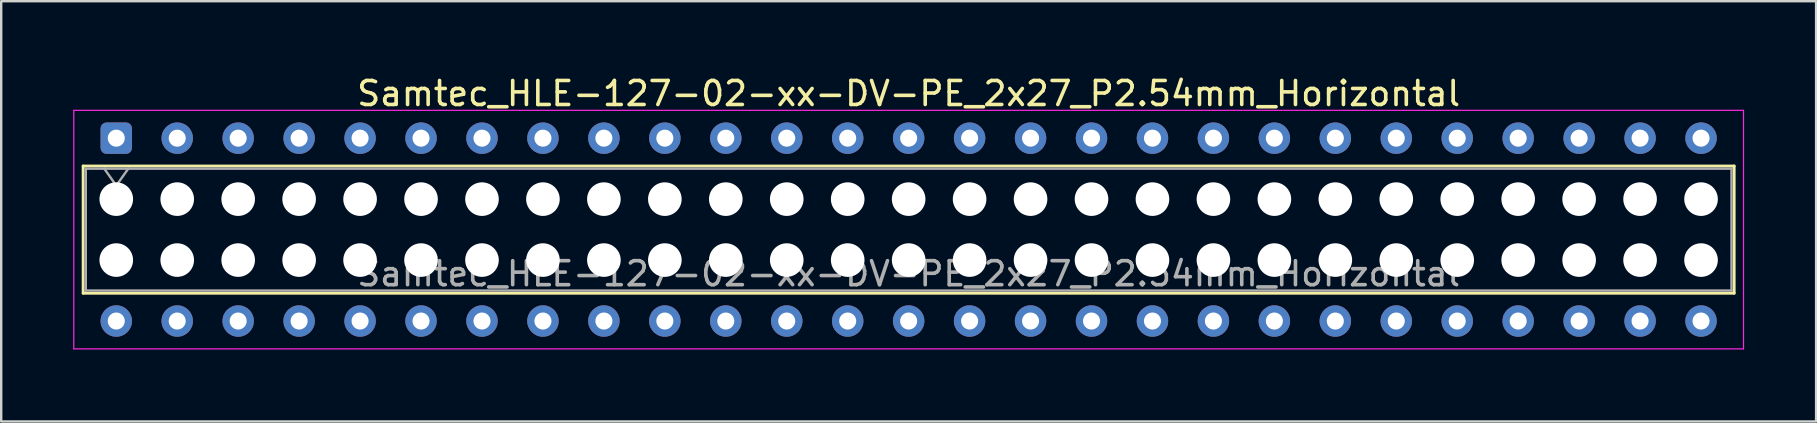
<source format=kicad_pcb>
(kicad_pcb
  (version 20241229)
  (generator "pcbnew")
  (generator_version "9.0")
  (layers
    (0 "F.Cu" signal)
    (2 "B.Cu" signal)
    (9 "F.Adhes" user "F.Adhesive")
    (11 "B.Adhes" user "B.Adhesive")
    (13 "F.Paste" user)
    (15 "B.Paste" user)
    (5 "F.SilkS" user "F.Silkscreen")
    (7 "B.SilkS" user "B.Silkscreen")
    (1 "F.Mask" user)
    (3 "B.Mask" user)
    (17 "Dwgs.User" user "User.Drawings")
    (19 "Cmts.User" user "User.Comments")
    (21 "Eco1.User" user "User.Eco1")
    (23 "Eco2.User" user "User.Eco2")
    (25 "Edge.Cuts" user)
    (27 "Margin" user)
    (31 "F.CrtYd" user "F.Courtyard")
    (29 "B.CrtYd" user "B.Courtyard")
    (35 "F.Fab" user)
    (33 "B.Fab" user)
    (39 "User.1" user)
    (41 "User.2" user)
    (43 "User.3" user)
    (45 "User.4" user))
  (footprint "Samtec_HLE-127-02-xx-DV-PE_2x27_P2.54mm_Horizontal"
    (layer "F.Cu")
    (at 1.795 2.708)
    (property "Reference" "Samtec_HLE-127-02-xx-DV-PE_2x27_P2.54mm_Horizontal" (at 33.02 -1.86 0) (layer "F.SilkS") (effects (font (size 1 1) (thickness 0.15))))
    (attr through_hole)
    (fp_line (start -1.38 1.16) (end 67.42 1.16) (stroke (width 0.12) (type solid)) (layer "F.SilkS"))
    (fp_line (start -1.38 6.46) (end -1.38 1.16) (stroke (width 0.12) (type solid)) (layer "F.SilkS"))
    (fp_line (start 67.42 1.16) (end 67.42 6.46) (stroke (width 0.12) (type solid)) (layer "F.SilkS"))
    (fp_line (start 67.42 6.46) (end -1.38 6.46) (stroke (width 0.12) (type solid)) (layer "F.SilkS"))
    (fp_line (start -1.77 -1.16) (end 67.81 -1.16) (stroke (width 0.05) (type solid)) (layer "F.CrtYd"))
    (fp_line (start -1.77 8.78) (end -1.77 -1.16) (stroke (width 0.05) (type solid)) (layer "F.CrtYd"))
    (fp_line (start 67.81 -1.16) (end 67.81 8.78) (stroke (width 0.05) (type solid)) (layer "F.CrtYd"))
    (fp_line (start 67.81 8.78) (end -1.77 8.78) (stroke (width 0.05) (type solid)) (layer "F.CrtYd"))
    (fp_line (start -1.27 1.27) (end 67.31 1.27) (stroke (width 0.1) (type solid)) (layer "F.Fab"))
    (fp_line (start -1.27 6.35) (end -1.27 1.27) (stroke (width 0.1) (type solid)) (layer "F.Fab"))
    (fp_line (start -0.5 1.27) (end 0 1.977) (stroke (width 0.1) (type solid)) (layer "F.Fab"))
    (fp_line (start 0 1.977) (end 0.5 1.27) (stroke (width 0.1) (type solid)) (layer "F.Fab"))
    (fp_line (start 67.31 1.27) (end 67.31 6.35) (stroke (width 0.1) (type solid)) (layer "F.Fab"))
    (fp_line (start 67.31 6.35) (end -1.27 6.35) (stroke (width 0.1) (type solid)) (layer "F.Fab"))
    (fp_text user "${REFERENCE}" (at 33.02 5.65 0) (layer "F.Fab") (effects (font (size 1 1) (thickness 0.15))))
    (pad "" np_thru_hole circle (at 0 2.54) (size 1.4 1.4) (drill 1.4) (layers "*.Cu" "*.Mask"))
    (pad "" np_thru_hole circle (at 0 5.08) (size 1.4 1.4) (drill 1.4) (layers "*.Cu" "*.Mask"))
    (pad "" np_thru_hole circle (at 2.54 2.54) (size 1.4 1.4) (drill 1.4) (layers "*.Cu" "*.Mask"))
    (pad "" np_thru_hole circle (at 2.54 5.08) (size 1.4 1.4) (drill 1.4) (layers "*.Cu" "*.Mask"))
    (pad "" np_thru_hole circle (at 5.08 2.54) (size 1.4 1.4) (drill 1.4) (layers "*.Cu" "*.Mask"))
    (pad "" np_thru_hole circle (at 5.08 5.08) (size 1.4 1.4) (drill 1.4) (layers "*.Cu" "*.Mask"))
    (pad "" np_thru_hole circle (at 7.62 2.54) (size 1.4 1.4) (drill 1.4) (layers "*.Cu" "*.Mask"))
    (pad "" np_thru_hole circle (at 7.62 5.08) (size 1.4 1.4) (drill 1.4) (layers "*.Cu" "*.Mask"))
    (pad "" np_thru_hole circle (at 10.16 2.54) (size 1.4 1.4) (drill 1.4) (layers "*.Cu" "*.Mask"))
    (pad "" np_thru_hole circle (at 10.16 5.08) (size 1.4 1.4) (drill 1.4) (layers "*.Cu" "*.Mask"))
    (pad "" np_thru_hole circle (at 12.7 2.54) (size 1.4 1.4) (drill 1.4) (layers "*.Cu" "*.Mask"))
    (pad "" np_thru_hole circle (at 12.7 5.08) (size 1.4 1.4) (drill 1.4) (layers "*.Cu" "*.Mask"))
    (pad "" np_thru_hole circle (at 15.24 2.54) (size 1.4 1.4) (drill 1.4) (layers "*.Cu" "*.Mask"))
    (pad "" np_thru_hole circle (at 15.24 5.08) (size 1.4 1.4) (drill 1.4) (layers "*.Cu" "*.Mask"))
    (pad "" np_thru_hole circle (at 17.78 2.54) (size 1.4 1.4) (drill 1.4) (layers "*.Cu" "*.Mask"))
    (pad "" np_thru_hole circle (at 17.78 5.08) (size 1.4 1.4) (drill 1.4) (layers "*.Cu" "*.Mask"))
    (pad "" np_thru_hole circle (at 20.32 2.54) (size 1.4 1.4) (drill 1.4) (layers "*.Cu" "*.Mask"))
    (pad "" np_thru_hole circle (at 20.32 5.08) (size 1.4 1.4) (drill 1.4) (layers "*.Cu" "*.Mask"))
    (pad "" np_thru_hole circle (at 22.86 2.54) (size 1.4 1.4) (drill 1.4) (layers "*.Cu" "*.Mask"))
    (pad "" np_thru_hole circle (at 22.86 5.08) (size 1.4 1.4) (drill 1.4) (layers "*.Cu" "*.Mask"))
    (pad "" np_thru_hole circle (at 25.4 2.54) (size 1.4 1.4) (drill 1.4) (layers "*.Cu" "*.Mask"))
    (pad "" np_thru_hole circle (at 25.4 5.08) (size 1.4 1.4) (drill 1.4) (layers "*.Cu" "*.Mask"))
    (pad "" np_thru_hole circle (at 27.94 2.54) (size 1.4 1.4) (drill 1.4) (layers "*.Cu" "*.Mask"))
    (pad "" np_thru_hole circle (at 27.94 5.08) (size 1.4 1.4) (drill 1.4) (layers "*.Cu" "*.Mask"))
    (pad "" np_thru_hole circle (at 30.48 2.54) (size 1.4 1.4) (drill 1.4) (layers "*.Cu" "*.Mask"))
    (pad "" np_thru_hole circle (at 30.48 5.08) (size 1.4 1.4) (drill 1.4) (layers "*.Cu" "*.Mask"))
    (pad "" np_thru_hole circle (at 33.02 2.54) (size 1.4 1.4) (drill 1.4) (layers "*.Cu" "*.Mask"))
    (pad "" np_thru_hole circle (at 33.02 5.08) (size 1.4 1.4) (drill 1.4) (layers "*.Cu" "*.Mask"))
    (pad "" np_thru_hole circle (at 35.56 2.54) (size 1.4 1.4) (drill 1.4) (layers "*.Cu" "*.Mask"))
    (pad "" np_thru_hole circle (at 35.56 5.08) (size 1.4 1.4) (drill 1.4) (layers "*.Cu" "*.Mask"))
    (pad "" np_thru_hole circle (at 38.1 2.54) (size 1.4 1.4) (drill 1.4) (layers "*.Cu" "*.Mask"))
    (pad "" np_thru_hole circle (at 38.1 5.08) (size 1.4 1.4) (drill 1.4) (layers "*.Cu" "*.Mask"))
    (pad "" np_thru_hole circle (at 40.64 2.54) (size 1.4 1.4) (drill 1.4) (layers "*.Cu" "*.Mask"))
    (pad "" np_thru_hole circle (at 40.64 5.08) (size 1.4 1.4) (drill 1.4) (layers "*.Cu" "*.Mask"))
    (pad "" np_thru_hole circle (at 43.18 2.54) (size 1.4 1.4) (drill 1.4) (layers "*.Cu" "*.Mask"))
    (pad "" np_thru_hole circle (at 43.18 5.08) (size 1.4 1.4) (drill 1.4) (layers "*.Cu" "*.Mask"))
    (pad "" np_thru_hole circle (at 45.72 2.54) (size 1.4 1.4) (drill 1.4) (layers "*.Cu" "*.Mask"))
    (pad "" np_thru_hole circle (at 45.72 5.08) (size 1.4 1.4) (drill 1.4) (layers "*.Cu" "*.Mask"))
    (pad "" np_thru_hole circle (at 48.26 2.54) (size 1.4 1.4) (drill 1.4) (layers "*.Cu" "*.Mask"))
    (pad "" np_thru_hole circle (at 48.26 5.08) (size 1.4 1.4) (drill 1.4) (layers "*.Cu" "*.Mask"))
    (pad "" np_thru_hole circle (at 50.8 2.54) (size 1.4 1.4) (drill 1.4) (layers "*.Cu" "*.Mask"))
    (pad "" np_thru_hole circle (at 50.8 5.08) (size 1.4 1.4) (drill 1.4) (layers "*.Cu" "*.Mask"))
    (pad "" np_thru_hole circle (at 53.34 2.54) (size 1.4 1.4) (drill 1.4) (layers "*.Cu" "*.Mask"))
    (pad "" np_thru_hole circle (at 53.34 5.08) (size 1.4 1.4) (drill 1.4) (layers "*.Cu" "*.Mask"))
    (pad "" np_thru_hole circle (at 55.88 2.54) (size 1.4 1.4) (drill 1.4) (layers "*.Cu" "*.Mask"))
    (pad "" np_thru_hole circle (at 55.88 5.08) (size 1.4 1.4) (drill 1.4) (layers "*.Cu" "*.Mask"))
    (pad "" np_thru_hole circle (at 58.42 2.54) (size 1.4 1.4) (drill 1.4) (layers "*.Cu" "*.Mask"))
    (pad "" np_thru_hole circle (at 58.42 5.08) (size 1.4 1.4) (drill 1.4) (layers "*.Cu" "*.Mask"))
    (pad "" np_thru_hole circle (at 60.96 2.54) (size 1.4 1.4) (drill 1.4) (layers "*.Cu" "*.Mask"))
    (pad "" np_thru_hole circle (at 60.96 5.08) (size 1.4 1.4) (drill 1.4) (layers "*.Cu" "*.Mask"))
    (pad "" np_thru_hole circle (at 63.5 2.54) (size 1.4 1.4) (drill 1.4) (layers "*.Cu" "*.Mask"))
    (pad "" np_thru_hole circle (at 63.5 5.08) (size 1.4 1.4) (drill 1.4) (layers "*.Cu" "*.Mask"))
    (pad "" np_thru_hole circle (at 66.04 2.54) (size 1.4 1.4) (drill 1.4) (layers "*.Cu" "*.Mask"))
    (pad "" np_thru_hole circle (at 66.04 5.08) (size 1.4 1.4) (drill 1.4) (layers "*.Cu" "*.Mask"))
    (pad "1" thru_hole roundrect (at 0 0) (size 1.31 1.31) (drill 0.71) (layers "*.Cu" "*.Mask") (roundrect_rratio 0.191))
    (pad "2" thru_hole circle (at 0 7.62) (size 1.31 1.31) (drill 0.71) (layers "*.Cu" "*.Mask"))
    (pad "3" thru_hole circle (at 2.54 0) (size 1.31 1.31) (drill 0.71) (layers "*.Cu" "*.Mask"))
    (pad "4" thru_hole circle (at 2.54 7.62) (size 1.31 1.31) (drill 0.71) (layers "*.Cu" "*.Mask"))
    (pad "5" thru_hole circle (at 5.08 0) (size 1.31 1.31) (drill 0.71) (layers "*.Cu" "*.Mask"))
    (pad "6" thru_hole circle (at 5.08 7.62) (size 1.31 1.31) (drill 0.71) (layers "*.Cu" "*.Mask"))
    (pad "7" thru_hole circle (at 7.62 0) (size 1.31 1.31) (drill 0.71) (layers "*.Cu" "*.Mask"))
    (pad "8" thru_hole circle (at 7.62 7.62) (size 1.31 1.31) (drill 0.71) (layers "*.Cu" "*.Mask"))
    (pad "9" thru_hole circle (at 10.16 0) (size 1.31 1.31) (drill 0.71) (layers "*.Cu" "*.Mask"))
    (pad "10" thru_hole circle (at 10.16 7.62) (size 1.31 1.31) (drill 0.71) (layers "*.Cu" "*.Mask"))
    (pad "11" thru_hole circle (at 12.7 0) (size 1.31 1.31) (drill 0.71) (layers "*.Cu" "*.Mask"))
    (pad "12" thru_hole circle (at 12.7 7.62) (size 1.31 1.31) (drill 0.71) (layers "*.Cu" "*.Mask"))
    (pad "13" thru_hole circle (at 15.24 0) (size 1.31 1.31) (drill 0.71) (layers "*.Cu" "*.Mask"))
    (pad "14" thru_hole circle (at 15.24 7.62) (size 1.31 1.31) (drill 0.71) (layers "*.Cu" "*.Mask"))
    (pad "15" thru_hole circle (at 17.78 0) (size 1.31 1.31) (drill 0.71) (layers "*.Cu" "*.Mask"))
    (pad "16" thru_hole circle (at 17.78 7.62) (size 1.31 1.31) (drill 0.71) (layers "*.Cu" "*.Mask"))
    (pad "17" thru_hole circle (at 20.32 0) (size 1.31 1.31) (drill 0.71) (layers "*.Cu" "*.Mask"))
    (pad "18" thru_hole circle (at 20.32 7.62) (size 1.31 1.31) (drill 0.71) (layers "*.Cu" "*.Mask"))
    (pad "19" thru_hole circle (at 22.86 0) (size 1.31 1.31) (drill 0.71) (layers "*.Cu" "*.Mask"))
    (pad "20" thru_hole circle (at 22.86 7.62) (size 1.31 1.31) (drill 0.71) (layers "*.Cu" "*.Mask"))
    (pad "21" thru_hole circle (at 25.4 0) (size 1.31 1.31) (drill 0.71) (layers "*.Cu" "*.Mask"))
    (pad "22" thru_hole circle (at 25.4 7.62) (size 1.31 1.31) (drill 0.71) (layers "*.Cu" "*.Mask"))
    (pad "23" thru_hole circle (at 27.94 0) (size 1.31 1.31) (drill 0.71) (layers "*.Cu" "*.Mask"))
    (pad "24" thru_hole circle (at 27.94 7.62) (size 1.31 1.31) (drill 0.71) (layers "*.Cu" "*.Mask"))
    (pad "25" thru_hole circle (at 30.48 0) (size 1.31 1.31) (drill 0.71) (layers "*.Cu" "*.Mask"))
    (pad "26" thru_hole circle (at 30.48 7.62) (size 1.31 1.31) (drill 0.71) (layers "*.Cu" "*.Mask"))
    (pad "27" thru_hole circle (at 33.02 0) (size 1.31 1.31) (drill 0.71) (layers "*.Cu" "*.Mask"))
    (pad "28" thru_hole circle (at 33.02 7.62) (size 1.31 1.31) (drill 0.71) (layers "*.Cu" "*.Mask"))
    (pad "29" thru_hole circle (at 35.56 0) (size 1.31 1.31) (drill 0.71) (layers "*.Cu" "*.Mask"))
    (pad "30" thru_hole circle (at 35.56 7.62) (size 1.31 1.31) (drill 0.71) (layers "*.Cu" "*.Mask"))
    (pad "31" thru_hole circle (at 38.1 0) (size 1.31 1.31) (drill 0.71) (layers "*.Cu" "*.Mask"))
    (pad "32" thru_hole circle (at 38.1 7.62) (size 1.31 1.31) (drill 0.71) (layers "*.Cu" "*.Mask"))
    (pad "33" thru_hole circle (at 40.64 0) (size 1.31 1.31) (drill 0.71) (layers "*.Cu" "*.Mask"))
    (pad "34" thru_hole circle (at 40.64 7.62) (size 1.31 1.31) (drill 0.71) (layers "*.Cu" "*.Mask"))
    (pad "35" thru_hole circle (at 43.18 0) (size 1.31 1.31) (drill 0.71) (layers "*.Cu" "*.Mask"))
    (pad "36" thru_hole circle (at 43.18 7.62) (size 1.31 1.31) (drill 0.71) (layers "*.Cu" "*.Mask"))
    (pad "37" thru_hole circle (at 45.72 0) (size 1.31 1.31) (drill 0.71) (layers "*.Cu" "*.Mask"))
    (pad "38" thru_hole circle (at 45.72 7.62) (size 1.31 1.31) (drill 0.71) (layers "*.Cu" "*.Mask"))
    (pad "39" thru_hole circle (at 48.26 0) (size 1.31 1.31) (drill 0.71) (layers "*.Cu" "*.Mask"))
    (pad "40" thru_hole circle (at 48.26 7.62) (size 1.31 1.31) (drill 0.71) (layers "*.Cu" "*.Mask"))
    (pad "41" thru_hole circle (at 50.8 0) (size 1.31 1.31) (drill 0.71) (layers "*.Cu" "*.Mask"))
    (pad "42" thru_hole circle (at 50.8 7.62) (size 1.31 1.31) (drill 0.71) (layers "*.Cu" "*.Mask"))
    (pad "43" thru_hole circle (at 53.34 0) (size 1.31 1.31) (drill 0.71) (layers "*.Cu" "*.Mask"))
    (pad "44" thru_hole circle (at 53.34 7.62) (size 1.31 1.31) (drill 0.71) (layers "*.Cu" "*.Mask"))
    (pad "45" thru_hole circle (at 55.88 0) (size 1.31 1.31) (drill 0.71) (layers "*.Cu" "*.Mask"))
    (pad "46" thru_hole circle (at 55.88 7.62) (size 1.31 1.31) (drill 0.71) (layers "*.Cu" "*.Mask"))
    (pad "47" thru_hole circle (at 58.42 0) (size 1.31 1.31) (drill 0.71) (layers "*.Cu" "*.Mask"))
    (pad "48" thru_hole circle (at 58.42 7.62) (size 1.31 1.31) (drill 0.71) (layers "*.Cu" "*.Mask"))
    (pad "49" thru_hole circle (at 60.96 0) (size 1.31 1.31) (drill 0.71) (layers "*.Cu" "*.Mask"))
    (pad "50" thru_hole circle (at 60.96 7.62) (size 1.31 1.31) (drill 0.71) (layers "*.Cu" "*.Mask"))
    (pad "51" thru_hole circle (at 63.5 0) (size 1.31 1.31) (drill 0.71) (layers "*.Cu" "*.Mask"))
    (pad "52" thru_hole circle (at 63.5 7.62) (size 1.31 1.31) (drill 0.71) (layers "*.Cu" "*.Mask"))
    (pad "53" thru_hole circle (at 66.04 0) (size 1.31 1.31) (drill 0.71) (layers "*.Cu" "*.Mask"))
    (pad "54" thru_hole circle (at 66.04 7.62) (size 1.31 1.31) (drill 0.71) (layers "*.Cu" "*.Mask")))
  (gr_rect
    (start -3 -3)
    (end 72.63 14.513)
    (stroke (width 0.1) (type default))
    (fill no)
    (layer "Edge.Cuts")))
</source>
